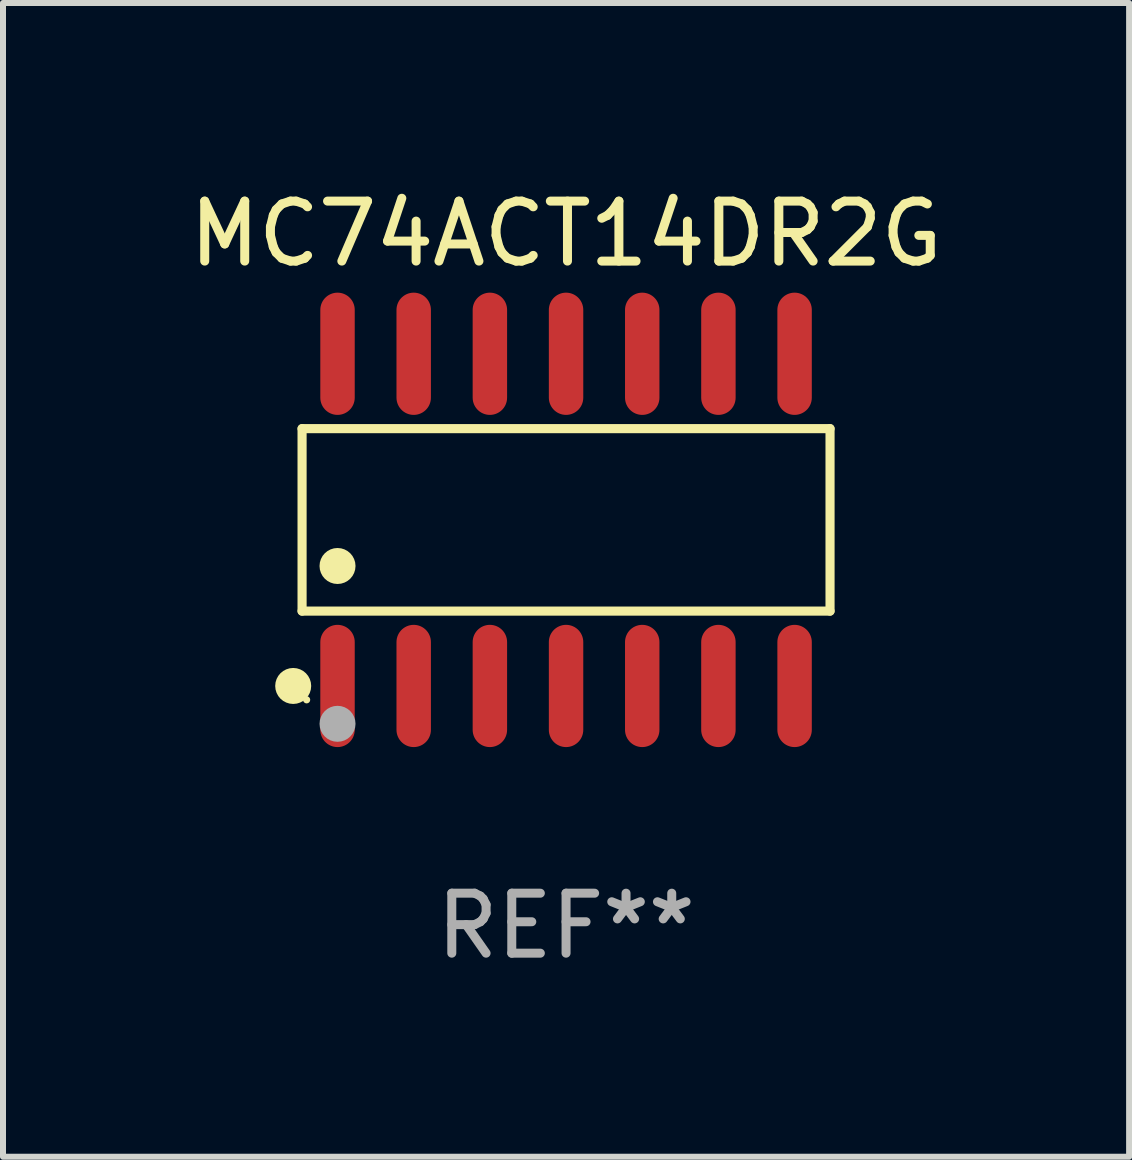
<source format=kicad_pcb>
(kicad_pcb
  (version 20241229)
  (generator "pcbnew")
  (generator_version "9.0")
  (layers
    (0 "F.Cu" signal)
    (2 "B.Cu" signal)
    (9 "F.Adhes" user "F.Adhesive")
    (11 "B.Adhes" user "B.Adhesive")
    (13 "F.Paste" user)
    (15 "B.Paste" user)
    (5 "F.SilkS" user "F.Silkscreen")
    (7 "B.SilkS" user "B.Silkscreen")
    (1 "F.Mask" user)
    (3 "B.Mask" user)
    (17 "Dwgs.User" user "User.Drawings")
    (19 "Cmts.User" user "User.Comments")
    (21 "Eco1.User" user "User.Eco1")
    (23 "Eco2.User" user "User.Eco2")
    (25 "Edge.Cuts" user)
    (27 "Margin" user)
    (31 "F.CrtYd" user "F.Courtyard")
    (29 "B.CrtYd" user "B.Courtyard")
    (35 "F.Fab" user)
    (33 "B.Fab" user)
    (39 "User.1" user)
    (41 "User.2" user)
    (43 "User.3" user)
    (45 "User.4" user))
  (footprint "MC74ACT14DR2G"
    (layer "F.Cu")
    (at 6.387 5.617)
    (property "Reference" "MC74ACT14DR2G" (at 0 -4.769 0) (layer "F.SilkS") (effects (font (size 1 1) (thickness 0.15))))
    (attr through_hole)
    (fp_line (start -4.401 -1.521) (end 4.401 -1.521) (stroke (width 0.152) (type solid)) (layer "F.SilkS"))
    (fp_line (start -4.401 1.521) (end -4.401 -1.521) (stroke (width 0.152) (type solid)) (layer "F.SilkS"))
    (fp_line (start 4.401 -1.521) (end 4.401 1.521) (stroke (width 0.152) (type solid)) (layer "F.SilkS"))
    (fp_line (start 4.401 1.521) (end -4.401 1.521) (stroke (width 0.152) (type solid)) (layer "F.SilkS"))
    (fp_circle (center -4.549 2.769) (end -4.399 2.769) (stroke (width 0.3) (type solid)) (fill no) (layer "F.SilkS"))
    (fp_circle (center -4.325 3) (end -4.295 3) (stroke (width 0.06) (type solid)) (fill no) (layer "F.SilkS"))
    (fp_circle (center -3.81 0.769) (end -3.66 0.769) (stroke (width 0.3) (type solid)) (fill no) (layer "F.SilkS"))
    (fp_circle (center -3.81 3.4) (end -3.66 3.4) (stroke (width 0.3) (type solid)) (fill no) (layer "F.Fab"))
    (fp_text user "REF**" (at 0 6.769 0) (layer "F.Fab") (effects (font (size 1 1) (thickness 0.15))))
    (pad "1" smd oval (at -3.81 2.769) (size 0.574 2.038) (layers "F.Cu" "F.Mask" "F.Paste"))
    (pad "2" smd oval (at -2.54 2.769) (size 0.574 2.038) (layers "F.Cu" "F.Mask" "F.Paste"))
    (pad "3" smd oval (at -1.27 2.769) (size 0.574 2.038) (layers "F.Cu" "F.Mask" "F.Paste"))
    (pad "4" smd oval (at 0 2.769) (size 0.574 2.038) (layers "F.Cu" "F.Mask" "F.Paste"))
    (pad "5" smd oval (at 1.27 2.769) (size 0.574 2.038) (layers "F.Cu" "F.Mask" "F.Paste"))
    (pad "6" smd oval (at 2.54 2.769) (size 0.574 2.038) (layers "F.Cu" "F.Mask" "F.Paste"))
    (pad "7" smd oval (at 3.81 2.769) (size 0.574 2.038) (layers "F.Cu" "F.Mask" "F.Paste"))
    (pad "8" smd oval (at 3.81 -2.769) (size 0.574 2.038) (layers "F.Cu" "F.Mask" "F.Paste"))
    (pad "9" smd oval (at 2.54 -2.769) (size 0.574 2.038) (layers "F.Cu" "F.Mask" "F.Paste"))
    (pad "10" smd oval (at 1.27 -2.769) (size 0.574 2.038) (layers "F.Cu" "F.Mask" "F.Paste"))
    (pad "11" smd oval (at 0 -2.769) (size 0.574 2.038) (layers "F.Cu" "F.Mask" "F.Paste"))
    (pad "12" smd oval (at -1.27 -2.769) (size 0.574 2.038) (layers "F.Cu" "F.Mask" "F.Paste"))
    (pad "13" smd oval (at -2.54 -2.769) (size 0.574 2.038) (layers "F.Cu" "F.Mask" "F.Paste"))
    (pad "14" smd oval (at -3.81 -2.769) (size 0.574 2.038) (layers "F.Cu" "F.Mask" "F.Paste")))
  (gr_rect
    (start -3 -3)
    (end 15.774 16.235)
    (stroke (width 0.1) (type default))
    (fill no)
    (layer "Edge.Cuts")))
</source>
